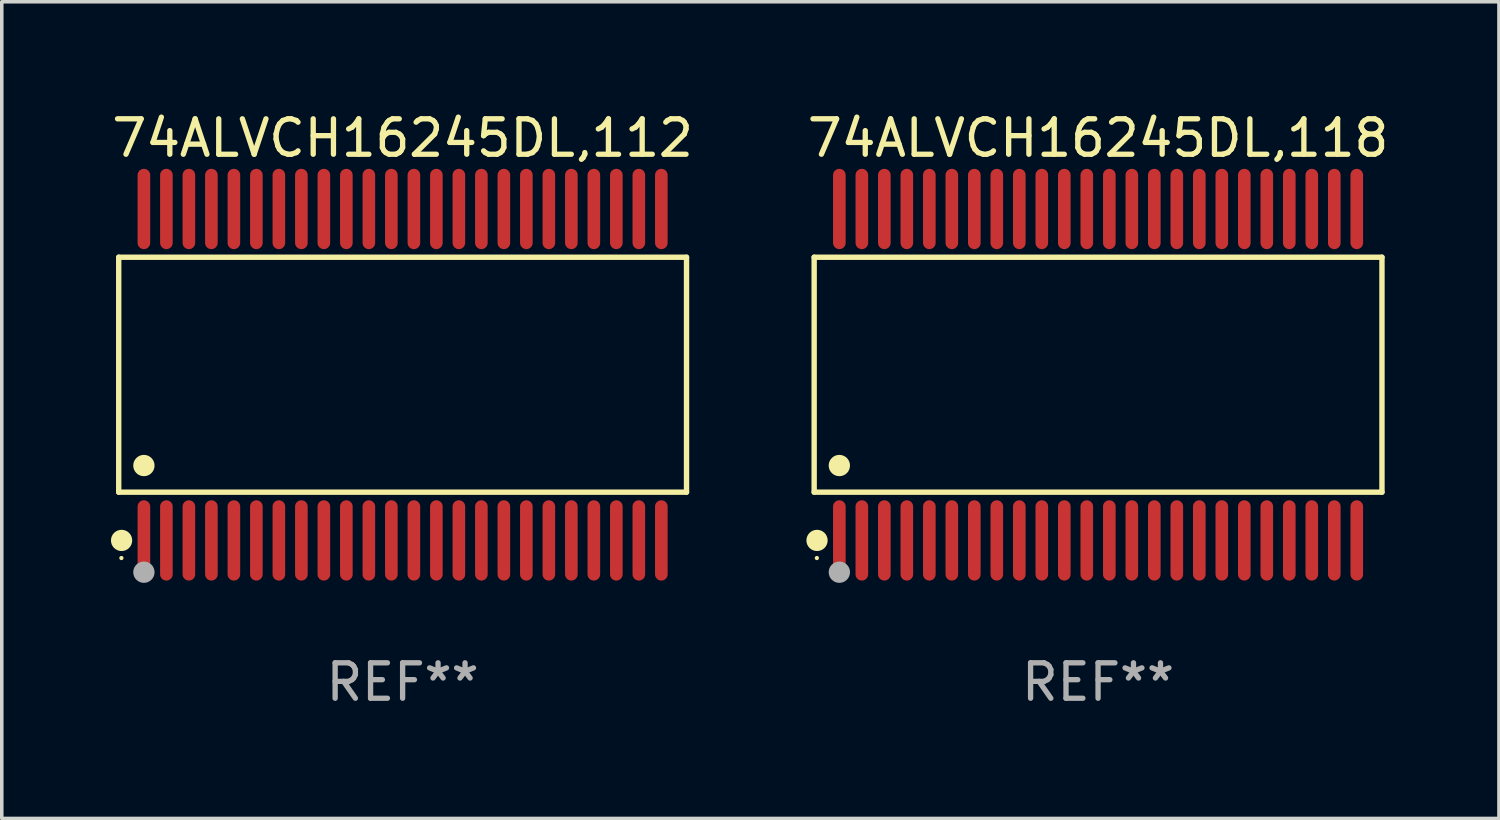
<source format=kicad_pcb>
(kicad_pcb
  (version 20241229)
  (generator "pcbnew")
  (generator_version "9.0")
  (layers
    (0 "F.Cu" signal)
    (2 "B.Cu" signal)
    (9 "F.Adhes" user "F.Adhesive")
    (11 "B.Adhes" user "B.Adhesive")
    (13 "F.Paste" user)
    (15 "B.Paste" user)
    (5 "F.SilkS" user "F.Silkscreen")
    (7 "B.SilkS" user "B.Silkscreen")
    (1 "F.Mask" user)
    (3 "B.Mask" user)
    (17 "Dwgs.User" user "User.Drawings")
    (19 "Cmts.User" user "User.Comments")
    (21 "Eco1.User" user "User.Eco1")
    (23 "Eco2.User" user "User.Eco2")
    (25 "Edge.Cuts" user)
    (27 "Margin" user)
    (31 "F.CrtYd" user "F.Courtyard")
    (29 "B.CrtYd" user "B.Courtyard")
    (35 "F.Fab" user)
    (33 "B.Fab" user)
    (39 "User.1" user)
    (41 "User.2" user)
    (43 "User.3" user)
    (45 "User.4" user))
  (footprint "74ALVCH16245DL,118"
    (layer "F.Cu")
    (at 27.946 7.527)
    (property "Reference" "74ALVCH16245DL,118" (at 0 -6.678 0) (layer "F.SilkS") (effects (font (size 1 1) (thickness 0.15))))
    (attr through_hole)
    (fp_line (start -8.014 -3.316) (end 8.014 -3.316) (stroke (width 0.152) (type solid)) (layer "F.SilkS"))
    (fp_line (start -8.014 3.316) (end -8.014 -3.316) (stroke (width 0.152) (type solid)) (layer "F.SilkS"))
    (fp_line (start 8.014 -3.316) (end 8.014 3.316) (stroke (width 0.152) (type solid)) (layer "F.SilkS"))
    (fp_line (start 8.014 3.316) (end -8.014 3.316) (stroke (width 0.152) (type solid)) (layer "F.SilkS"))
    (fp_circle (center -7.938 5.175) (end -7.908 5.175) (stroke (width 0.06) (type solid)) (fill no) (layer "F.SilkS"))
    (fp_circle (center -7.933 4.678) (end -7.783 4.678) (stroke (width 0.3) (type solid)) (fill no) (layer "F.SilkS"))
    (fp_circle (center -7.303 2.564) (end -7.152 2.564) (stroke (width 0.3) (type solid)) (fill no) (layer "F.SilkS"))
    (fp_circle (center -7.303 5.575) (end -7.152 5.575) (stroke (width 0.3) (type solid)) (fill no) (layer "F.Fab"))
    (fp_text user "REF**" (at 0 8.678 0) (layer "F.Fab") (effects (font (size 1 1) (thickness 0.15))))
    (pad "1" smd oval (at -7.303 4.678) (size 0.356 2.267) (layers "F.Cu" "F.Mask" "F.Paste"))
    (pad "2" smd oval (at -6.668 4.678) (size 0.356 2.267) (layers "F.Cu" "F.Mask" "F.Paste"))
    (pad "3" smd oval (at -6.033 4.678) (size 0.356 2.267) (layers "F.Cu" "F.Mask" "F.Paste"))
    (pad "4" smd oval (at -5.398 4.678) (size 0.356 2.267) (layers "F.Cu" "F.Mask" "F.Paste"))
    (pad "5" smd oval (at -4.763 4.678) (size 0.356 2.267) (layers "F.Cu" "F.Mask" "F.Paste"))
    (pad "6" smd oval (at -4.128 4.678) (size 0.356 2.267) (layers "F.Cu" "F.Mask" "F.Paste"))
    (pad "7" smd oval (at -3.493 4.678) (size 0.356 2.267) (layers "F.Cu" "F.Mask" "F.Paste"))
    (pad "8" smd oval (at -2.858 4.678) (size 0.356 2.267) (layers "F.Cu" "F.Mask" "F.Paste"))
    (pad "9" smd oval (at -2.223 4.678) (size 0.356 2.267) (layers "F.Cu" "F.Mask" "F.Paste"))
    (pad "10" smd oval (at -1.588 4.678) (size 0.356 2.267) (layers "F.Cu" "F.Mask" "F.Paste"))
    (pad "11" smd oval (at -0.953 4.678) (size 0.356 2.267) (layers "F.Cu" "F.Mask" "F.Paste"))
    (pad "12" smd oval (at -0.318 4.678) (size 0.356 2.267) (layers "F.Cu" "F.Mask" "F.Paste"))
    (pad "13" smd oval (at 0.318 4.678) (size 0.356 2.267) (layers "F.Cu" "F.Mask" "F.Paste"))
    (pad "14" smd oval (at 0.953 4.678) (size 0.356 2.267) (layers "F.Cu" "F.Mask" "F.Paste"))
    (pad "15" smd oval (at 1.588 4.678) (size 0.356 2.267) (layers "F.Cu" "F.Mask" "F.Paste"))
    (pad "16" smd oval (at 2.223 4.678) (size 0.356 2.267) (layers "F.Cu" "F.Mask" "F.Paste"))
    (pad "17" smd oval (at 2.858 4.678) (size 0.356 2.267) (layers "F.Cu" "F.Mask" "F.Paste"))
    (pad "18" smd oval (at 3.493 4.678) (size 0.356 2.267) (layers "F.Cu" "F.Mask" "F.Paste"))
    (pad "19" smd oval (at 4.128 4.678) (size 0.356 2.267) (layers "F.Cu" "F.Mask" "F.Paste"))
    (pad "20" smd oval (at 4.763 4.678) (size 0.356 2.267) (layers "F.Cu" "F.Mask" "F.Paste"))
    (pad "21" smd oval (at 5.398 4.678) (size 0.356 2.267) (layers "F.Cu" "F.Mask" "F.Paste"))
    (pad "22" smd oval (at 6.033 4.678) (size 0.356 2.267) (layers "F.Cu" "F.Mask" "F.Paste"))
    (pad "23" smd oval (at 6.668 4.678) (size 0.356 2.267) (layers "F.Cu" "F.Mask" "F.Paste"))
    (pad "24" smd oval (at 7.303 4.678) (size 0.356 2.267) (layers "F.Cu" "F.Mask" "F.Paste"))
    (pad "25" smd oval (at 7.303 -4.678) (size 0.356 2.267) (layers "F.Cu" "F.Mask" "F.Paste"))
    (pad "26" smd oval (at 6.668 -4.678) (size 0.356 2.267) (layers "F.Cu" "F.Mask" "F.Paste"))
    (pad "27" smd oval (at 6.033 -4.678) (size 0.356 2.267) (layers "F.Cu" "F.Mask" "F.Paste"))
    (pad "28" smd oval (at 5.398 -4.678) (size 0.356 2.267) (layers "F.Cu" "F.Mask" "F.Paste"))
    (pad "29" smd oval (at 4.763 -4.678) (size 0.356 2.267) (layers "F.Cu" "F.Mask" "F.Paste"))
    (pad "30" smd oval (at 4.128 -4.678) (size 0.356 2.267) (layers "F.Cu" "F.Mask" "F.Paste"))
    (pad "31" smd oval (at 3.493 -4.678) (size 0.356 2.267) (layers "F.Cu" "F.Mask" "F.Paste"))
    (pad "32" smd oval (at 2.858 -4.678) (size 0.356 2.267) (layers "F.Cu" "F.Mask" "F.Paste"))
    (pad "33" smd oval (at 2.223 -4.678) (size 0.356 2.267) (layers "F.Cu" "F.Mask" "F.Paste"))
    (pad "34" smd oval (at 1.588 -4.678) (size 0.356 2.267) (layers "F.Cu" "F.Mask" "F.Paste"))
    (pad "35" smd oval (at 0.953 -4.678) (size 0.356 2.267) (layers "F.Cu" "F.Mask" "F.Paste"))
    (pad "36" smd oval (at 0.318 -4.678) (size 0.356 2.267) (layers "F.Cu" "F.Mask" "F.Paste"))
    (pad "37" smd oval (at -0.318 -4.678) (size 0.356 2.267) (layers "F.Cu" "F.Mask" "F.Paste"))
    (pad "38" smd oval (at -0.953 -4.678) (size 0.356 2.267) (layers "F.Cu" "F.Mask" "F.Paste"))
    (pad "39" smd oval (at -1.588 -4.678) (size 0.356 2.267) (layers "F.Cu" "F.Mask" "F.Paste"))
    (pad "40" smd oval (at -2.223 -4.678) (size 0.356 2.267) (layers "F.Cu" "F.Mask" "F.Paste"))
    (pad "41" smd oval (at -2.858 -4.678) (size 0.356 2.267) (layers "F.Cu" "F.Mask" "F.Paste"))
    (pad "42" smd oval (at -3.493 -4.678) (size 0.356 2.267) (layers "F.Cu" "F.Mask" "F.Paste"))
    (pad "43" smd oval (at -4.128 -4.678) (size 0.356 2.267) (layers "F.Cu" "F.Mask" "F.Paste"))
    (pad "44" smd oval (at -4.763 -4.678) (size 0.356 2.267) (layers "F.Cu" "F.Mask" "F.Paste"))
    (pad "45" smd oval (at -5.398 -4.678) (size 0.356 2.267) (layers "F.Cu" "F.Mask" "F.Paste"))
    (pad "46" smd oval (at -6.033 -4.678) (size 0.356 2.267) (layers "F.Cu" "F.Mask" "F.Paste"))
    (pad "47" smd oval (at -6.668 -4.678) (size 0.356 2.267) (layers "F.Cu" "F.Mask" "F.Paste"))
    (pad "48" smd oval (at -7.303 -4.678) (size 0.356 2.267) (layers "F.Cu" "F.Mask" "F.Paste")))
  (footprint "74ALVCH16245DL,112"
    (layer "F.Cu")
    (at 8.315 7.527)
    (property "Reference" "74ALVCH16245DL,112" (at 0 -6.678 0) (layer "F.SilkS") (effects (font (size 1 1) (thickness 0.15))))
    (attr through_hole)
    (fp_line (start -8.014 -3.316) (end 8.014 -3.316) (stroke (width 0.152) (type solid)) (layer "F.SilkS"))
    (fp_line (start -8.014 3.316) (end -8.014 -3.316) (stroke (width 0.152) (type solid)) (layer "F.SilkS"))
    (fp_line (start 8.014 -3.316) (end 8.014 3.316) (stroke (width 0.152) (type solid)) (layer "F.SilkS"))
    (fp_line (start 8.014 3.316) (end -8.014 3.316) (stroke (width 0.152) (type solid)) (layer "F.SilkS"))
    (fp_circle (center -7.938 5.175) (end -7.908 5.175) (stroke (width 0.06) (type solid)) (fill no) (layer "F.SilkS"))
    (fp_circle (center -7.933 4.678) (end -7.783 4.678) (stroke (width 0.3) (type solid)) (fill no) (layer "F.SilkS"))
    (fp_circle (center -7.303 2.564) (end -7.152 2.564) (stroke (width 0.3) (type solid)) (fill no) (layer "F.SilkS"))
    (fp_circle (center -7.303 5.575) (end -7.152 5.575) (stroke (width 0.3) (type solid)) (fill no) (layer "F.Fab"))
    (fp_text user "REF**" (at 0 8.678 0) (layer "F.Fab") (effects (font (size 1 1) (thickness 0.15))))
    (pad "1" smd oval (at -7.303 4.678) (size 0.356 2.267) (layers "F.Cu" "F.Mask" "F.Paste"))
    (pad "2" smd oval (at -6.668 4.678) (size 0.356 2.267) (layers "F.Cu" "F.Mask" "F.Paste"))
    (pad "3" smd oval (at -6.033 4.678) (size 0.356 2.267) (layers "F.Cu" "F.Mask" "F.Paste"))
    (pad "4" smd oval (at -5.398 4.678) (size 0.356 2.267) (layers "F.Cu" "F.Mask" "F.Paste"))
    (pad "5" smd oval (at -4.763 4.678) (size 0.356 2.267) (layers "F.Cu" "F.Mask" "F.Paste"))
    (pad "6" smd oval (at -4.128 4.678) (size 0.356 2.267) (layers "F.Cu" "F.Mask" "F.Paste"))
    (pad "7" smd oval (at -3.493 4.678) (size 0.356 2.267) (layers "F.Cu" "F.Mask" "F.Paste"))
    (pad "8" smd oval (at -2.858 4.678) (size 0.356 2.267) (layers "F.Cu" "F.Mask" "F.Paste"))
    (pad "9" smd oval (at -2.223 4.678) (size 0.356 2.267) (layers "F.Cu" "F.Mask" "F.Paste"))
    (pad "10" smd oval (at -1.588 4.678) (size 0.356 2.267) (layers "F.Cu" "F.Mask" "F.Paste"))
    (pad "11" smd oval (at -0.953 4.678) (size 0.356 2.267) (layers "F.Cu" "F.Mask" "F.Paste"))
    (pad "12" smd oval (at -0.318 4.678) (size 0.356 2.267) (layers "F.Cu" "F.Mask" "F.Paste"))
    (pad "13" smd oval (at 0.318 4.678) (size 0.356 2.267) (layers "F.Cu" "F.Mask" "F.Paste"))
    (pad "14" smd oval (at 0.953 4.678) (size 0.356 2.267) (layers "F.Cu" "F.Mask" "F.Paste"))
    (pad "15" smd oval (at 1.588 4.678) (size 0.356 2.267) (layers "F.Cu" "F.Mask" "F.Paste"))
    (pad "16" smd oval (at 2.223 4.678) (size 0.356 2.267) (layers "F.Cu" "F.Mask" "F.Paste"))
    (pad "17" smd oval (at 2.858 4.678) (size 0.356 2.267) (layers "F.Cu" "F.Mask" "F.Paste"))
    (pad "18" smd oval (at 3.493 4.678) (size 0.356 2.267) (layers "F.Cu" "F.Mask" "F.Paste"))
    (pad "19" smd oval (at 4.128 4.678) (size 0.356 2.267) (layers "F.Cu" "F.Mask" "F.Paste"))
    (pad "20" smd oval (at 4.763 4.678) (size 0.356 2.267) (layers "F.Cu" "F.Mask" "F.Paste"))
    (pad "21" smd oval (at 5.398 4.678) (size 0.356 2.267) (layers "F.Cu" "F.Mask" "F.Paste"))
    (pad "22" smd oval (at 6.033 4.678) (size 0.356 2.267) (layers "F.Cu" "F.Mask" "F.Paste"))
    (pad "23" smd oval (at 6.668 4.678) (size 0.356 2.267) (layers "F.Cu" "F.Mask" "F.Paste"))
    (pad "24" smd oval (at 7.303 4.678) (size 0.356 2.267) (layers "F.Cu" "F.Mask" "F.Paste"))
    (pad "25" smd oval (at 7.303 -4.678) (size 0.356 2.267) (layers "F.Cu" "F.Mask" "F.Paste"))
    (pad "26" smd oval (at 6.668 -4.678) (size 0.356 2.267) (layers "F.Cu" "F.Mask" "F.Paste"))
    (pad "27" smd oval (at 6.033 -4.678) (size 0.356 2.267) (layers "F.Cu" "F.Mask" "F.Paste"))
    (pad "28" smd oval (at 5.398 -4.678) (size 0.356 2.267) (layers "F.Cu" "F.Mask" "F.Paste"))
    (pad "29" smd oval (at 4.763 -4.678) (size 0.356 2.267) (layers "F.Cu" "F.Mask" "F.Paste"))
    (pad "30" smd oval (at 4.128 -4.678) (size 0.356 2.267) (layers "F.Cu" "F.Mask" "F.Paste"))
    (pad "31" smd oval (at 3.493 -4.678) (size 0.356 2.267) (layers "F.Cu" "F.Mask" "F.Paste"))
    (pad "32" smd oval (at 2.858 -4.678) (size 0.356 2.267) (layers "F.Cu" "F.Mask" "F.Paste"))
    (pad "33" smd oval (at 2.223 -4.678) (size 0.356 2.267) (layers "F.Cu" "F.Mask" "F.Paste"))
    (pad "34" smd oval (at 1.588 -4.678) (size 0.356 2.267) (layers "F.Cu" "F.Mask" "F.Paste"))
    (pad "35" smd oval (at 0.953 -4.678) (size 0.356 2.267) (layers "F.Cu" "F.Mask" "F.Paste"))
    (pad "36" smd oval (at 0.318 -4.678) (size 0.356 2.267) (layers "F.Cu" "F.Mask" "F.Paste"))
    (pad "37" smd oval (at -0.318 -4.678) (size 0.356 2.267) (layers "F.Cu" "F.Mask" "F.Paste"))
    (pad "38" smd oval (at -0.953 -4.678) (size 0.356 2.267) (layers "F.Cu" "F.Mask" "F.Paste"))
    (pad "39" smd oval (at -1.588 -4.678) (size 0.356 2.267) (layers "F.Cu" "F.Mask" "F.Paste"))
    (pad "40" smd oval (at -2.223 -4.678) (size 0.356 2.267) (layers "F.Cu" "F.Mask" "F.Paste"))
    (pad "41" smd oval (at -2.858 -4.678) (size 0.356 2.267) (layers "F.Cu" "F.Mask" "F.Paste"))
    (pad "42" smd oval (at -3.493 -4.678) (size 0.356 2.267) (layers "F.Cu" "F.Mask" "F.Paste"))
    (pad "43" smd oval (at -4.128 -4.678) (size 0.356 2.267) (layers "F.Cu" "F.Mask" "F.Paste"))
    (pad "44" smd oval (at -4.763 -4.678) (size 0.356 2.267) (layers "F.Cu" "F.Mask" "F.Paste"))
    (pad "45" smd oval (at -5.398 -4.678) (size 0.356 2.267) (layers "F.Cu" "F.Mask" "F.Paste"))
    (pad "46" smd oval (at -6.033 -4.678) (size 0.356 2.267) (layers "F.Cu" "F.Mask" "F.Paste"))
    (pad "47" smd oval (at -6.668 -4.678) (size 0.356 2.267) (layers "F.Cu" "F.Mask" "F.Paste"))
    (pad "48" smd oval (at -7.303 -4.678) (size 0.356 2.267) (layers "F.Cu" "F.Mask" "F.Paste")))
  (gr_rect
    (start -3 -3)
    (end 39.262 20.053)
    (stroke (width 0.1) (type default))
    (fill no)
    (layer "Edge.Cuts")))
</source>
